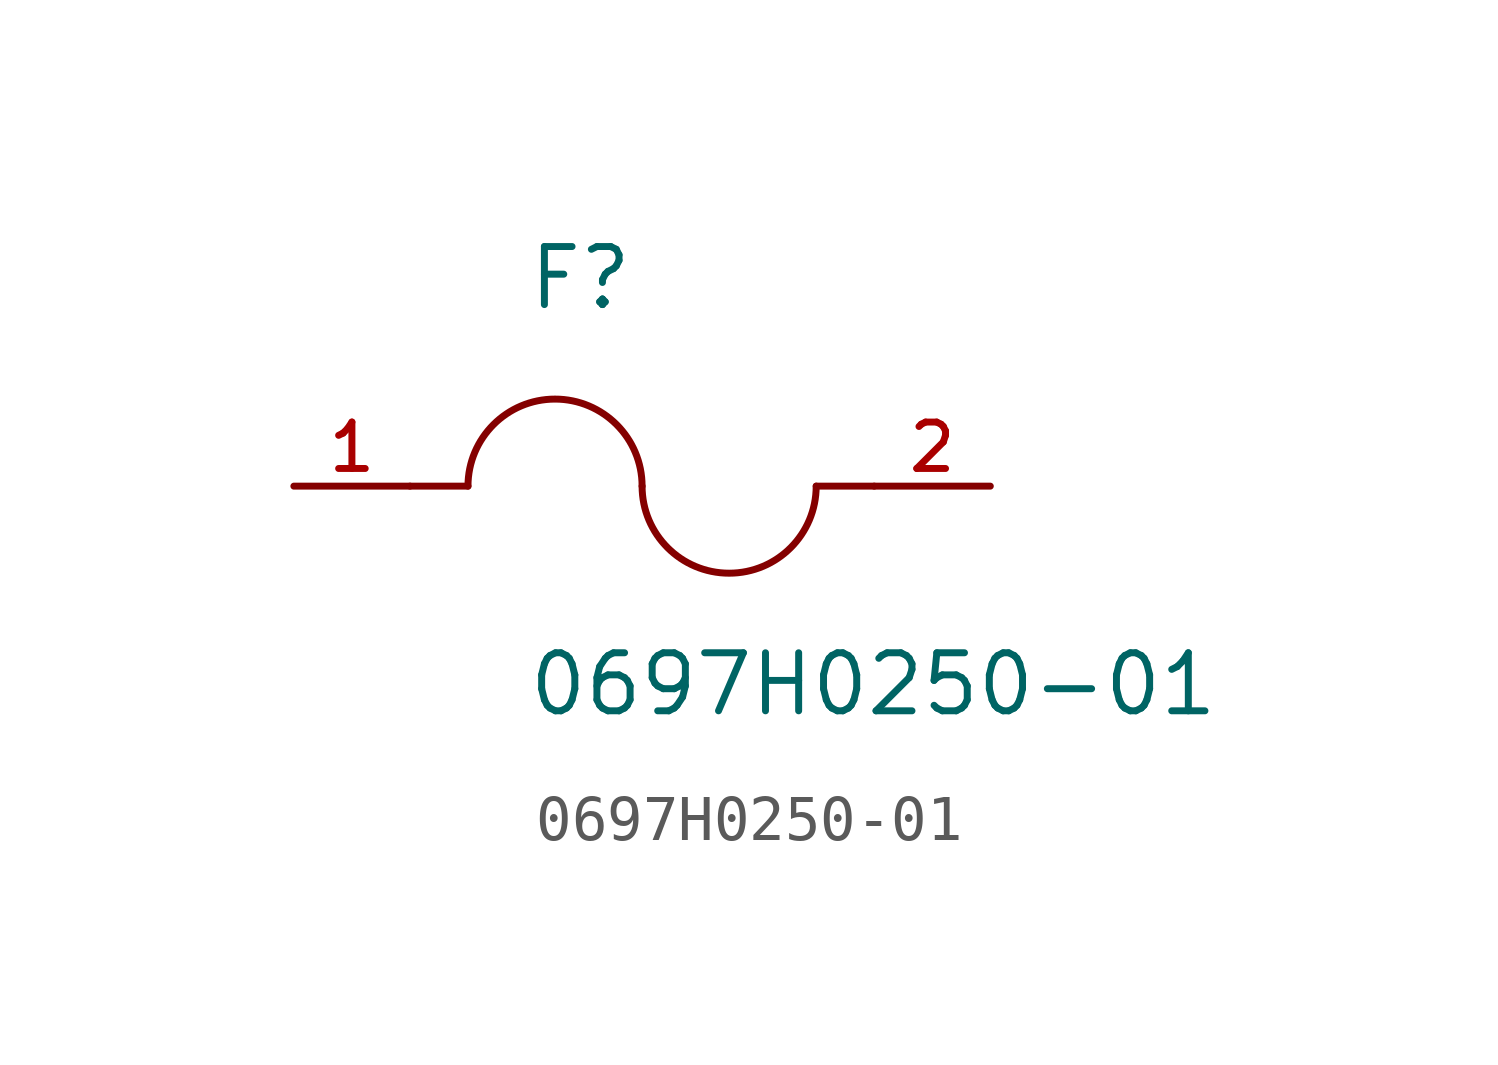
<source format=kicad_sym>
(kicad_symbol_lib
  (version 20211014)
  (generator kicad_symbol_editor)
  (symbol "0697H0250-01"
    (pin_names
      (offset 1.016))
    (property "Reference" "F"
      (at -2.54 3.81 0)
      (effects (font (size 1.27 1.27)) (justify bottom left)))
    (property "Value" "0697H0250-01"
      (at -2.54 -5.08 0)
      (effects (font (size 1.27 1.27)) (justify bottom left)))
    (symbol "0697H0250-01_0_0"
      (arc (start 0.0 0.0) (mid -1.905 1.905) (end -3.81 0.0) (stroke (width 0.1524) (type default) (color 0 0 0 0)) (fill (type none)))
      (arc (start 3.81 0.0) (mid 1.905 -1.905) (end 0.0 0.0) (stroke (width 0.1524) (type default) (color 0 0 0 0)) (fill (type none)))
      (polyline (pts (xy 5.08 0.0) (xy 3.81 0.0)) (stroke (width 0.152)))
      (polyline (pts (xy -5.08 0.0) (xy -3.81 0.0)) (stroke (width 0.152)))
      (pin passive line (at 7.62 0.0 180.0) (length 2.54) (name "~" (effects (font (size 1.016 1.016)))) (number "2" (effects (font (size 1.016 1.016)))))
      (pin passive line (at -7.62 0.0 0) (length 2.54) (name "~" (effects (font (size 1.016 1.016)))) (number "1" (effects (font (size 1.016 1.016))))))))
</source>
